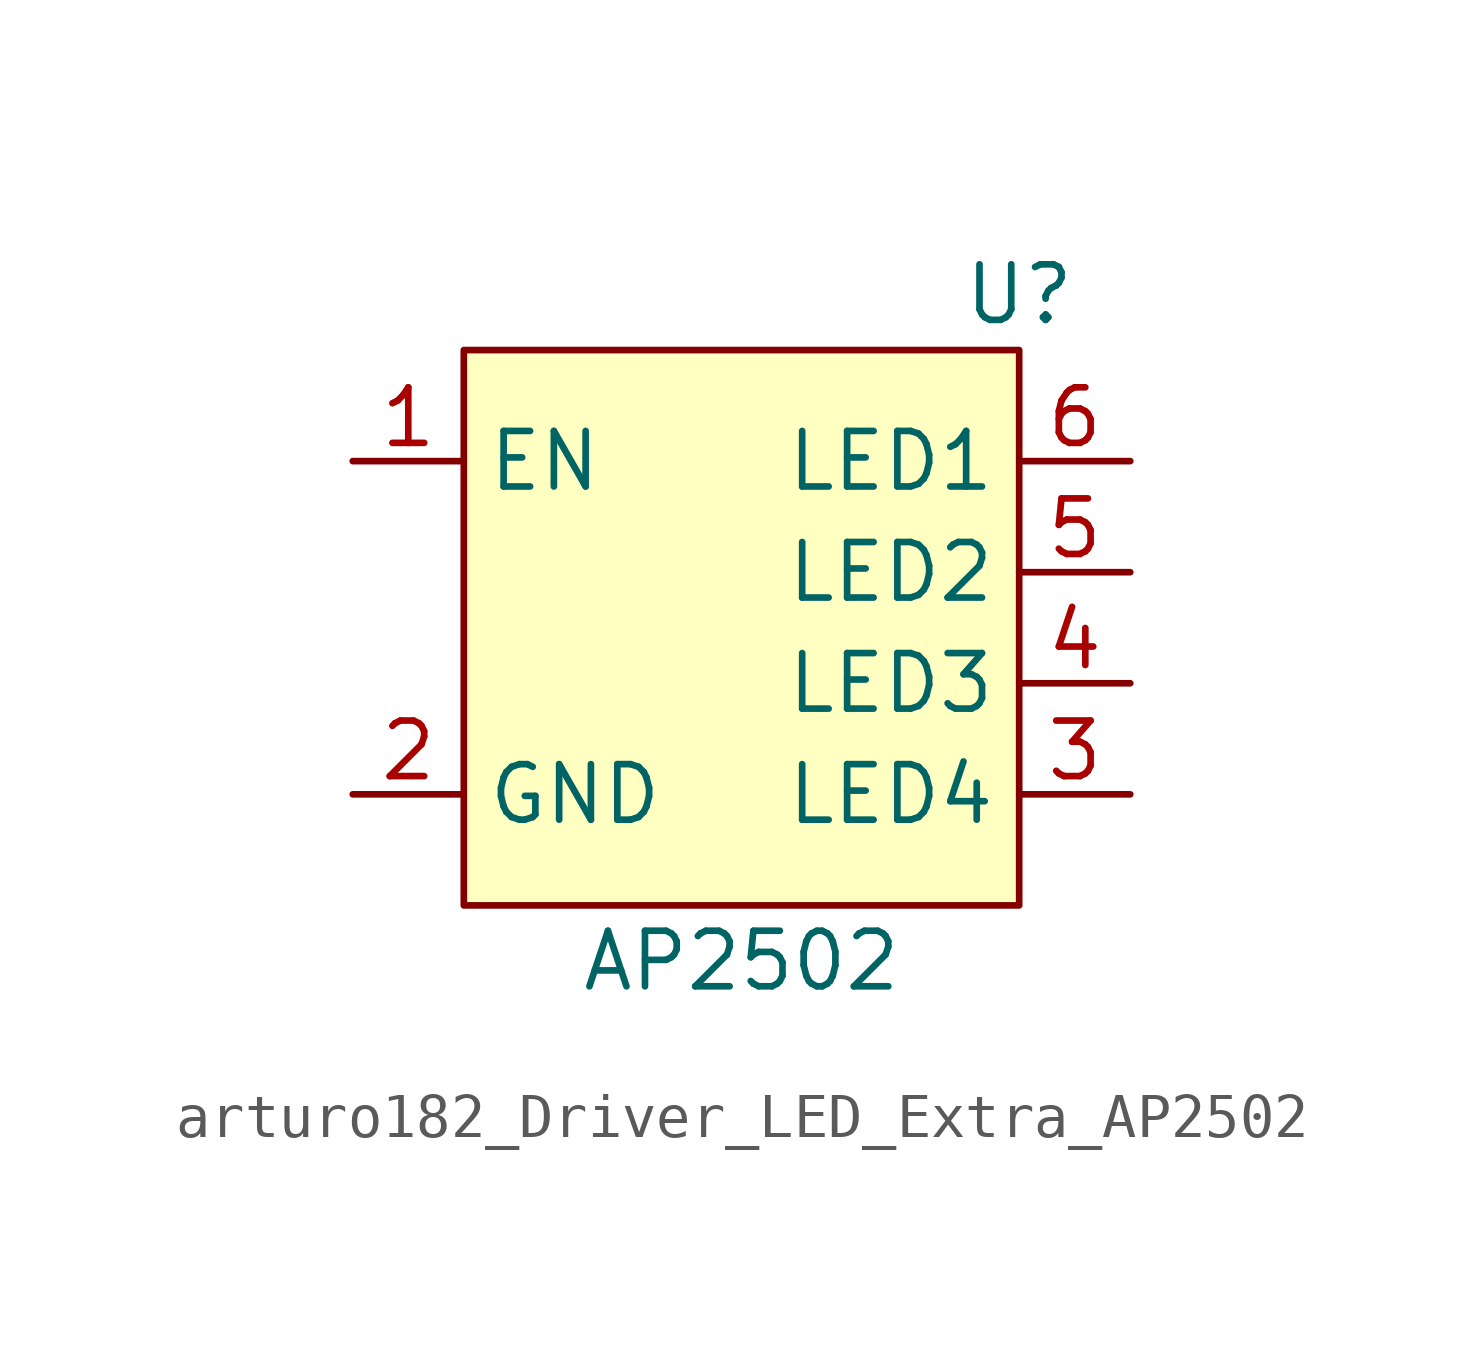
<source format=kicad_sym>
(kicad_symbol_lib
  (version 20220914)
  (generator kicad_symbol_editor)
  (symbol "arturo182_Driver_LED_Extra_AP2502"
    (property "Reference" "U"
      (at 6.35 7.62 0)
      (effects (font (size 1.27 1.27))))
    (property "Value" "AP2502"
      (at 0 -7.62 0)
      (effects (font (size 1.27 1.27))))
    (symbol "arturo182_Driver_LED_Extra_AP2502_0_0"
      (pin input line (at -8.89 3.81 0) (length 2.54) (name "EN" (effects (font (size 1.27 1.27)))) (number "1" (effects (font (size 1.27 1.27)))))
      (pin power_in line (at -8.89 -3.81 0) (length 2.54) (name "GND" (effects (font (size 1.27 1.27)))) (number "2" (effects (font (size 1.27 1.27)))))
      (pin input line (at 8.89 -3.81 180) (length 2.54) (name "LED4" (effects (font (size 1.27 1.27)))) (number "3" (effects (font (size 1.27 1.27)))))
      (pin input line (at 8.89 -1.27 180) (length 2.54) (name "LED3" (effects (font (size 1.27 1.27)))) (number "4" (effects (font (size 1.27 1.27)))))
      (pin input line (at 8.89 1.27 180) (length 2.54) (name "LED2" (effects (font (size 1.27 1.27)))) (number "5" (effects (font (size 1.27 1.27)))))
      (pin input line (at 8.89 3.81 180) (length 2.54) (name "LED1" (effects (font (size 1.27 1.27)))) (number "6" (effects (font (size 1.27 1.27))))))
    (symbol "arturo182_Driver_LED_Extra_AP2502_1_1"
      (rectangle (start -6.35 6.35) (end 6.35 -6.35) (stroke (width 0) (type default)) (fill (type background))))))
</source>
